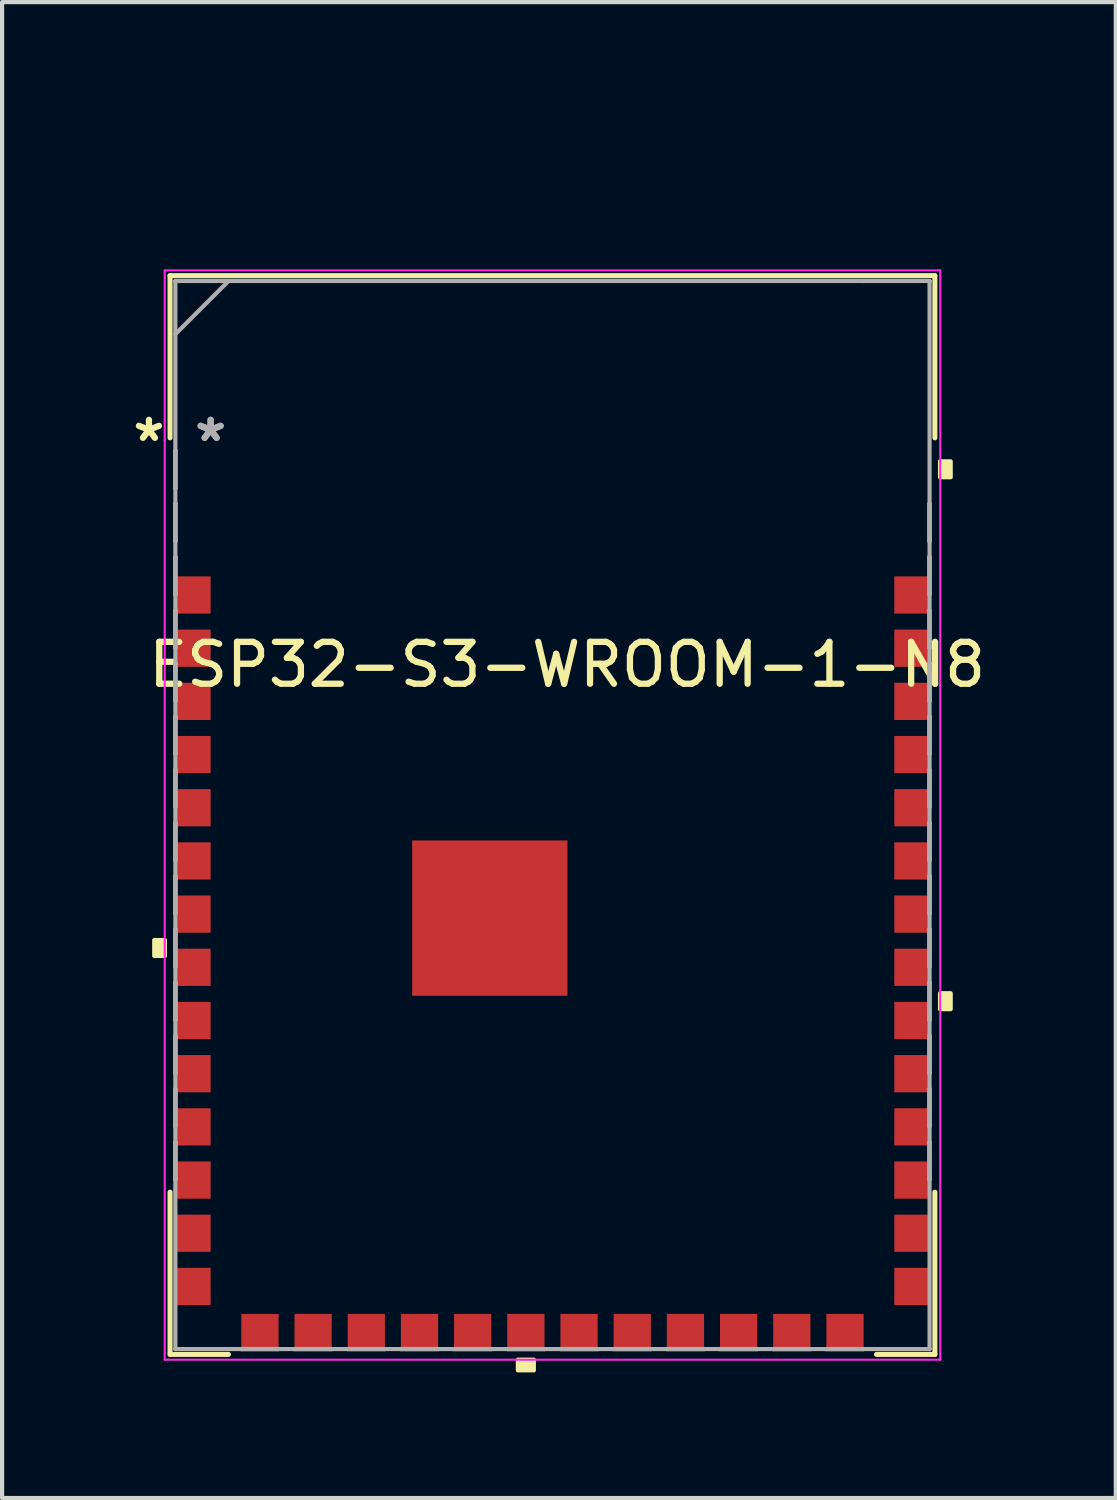
<source format=kicad_pcb>
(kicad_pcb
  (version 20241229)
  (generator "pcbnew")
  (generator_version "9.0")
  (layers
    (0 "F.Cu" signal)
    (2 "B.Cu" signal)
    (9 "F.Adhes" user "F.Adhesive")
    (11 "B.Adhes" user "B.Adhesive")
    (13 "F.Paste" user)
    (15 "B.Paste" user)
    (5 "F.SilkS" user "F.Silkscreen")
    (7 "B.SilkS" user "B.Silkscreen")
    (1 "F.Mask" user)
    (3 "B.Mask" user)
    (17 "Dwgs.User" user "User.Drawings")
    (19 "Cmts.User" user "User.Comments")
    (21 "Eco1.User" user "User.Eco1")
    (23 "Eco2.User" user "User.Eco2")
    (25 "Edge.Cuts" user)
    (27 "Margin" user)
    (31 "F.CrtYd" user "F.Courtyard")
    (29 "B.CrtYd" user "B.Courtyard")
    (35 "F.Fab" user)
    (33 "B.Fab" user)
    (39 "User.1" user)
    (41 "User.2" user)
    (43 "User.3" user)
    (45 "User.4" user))
  (footprint "ESP32-S3-WROOM-1-N8"
    (layer "F.Cu")
    (at 10.141 16.41)
    (property "Reference" "ESP32-S3-WROOM-1-N8" (at 0.35 -3.59 0) (layer "F.SilkS") (effects (font (size 1 1) (thickness 0.15))))
    (attr through_hole)
    (fp_line (start -9.131 -12.878) (end -9.131 -9.005) (stroke (width 0.12) (type solid)) (layer "F.SilkS"))
    (fp_line (start -9.131 9.005) (end -9.131 12.878) (stroke (width 0.12) (type solid)) (layer "F.SilkS"))
    (fp_line (start -9.131 12.878) (end -7.737 12.878) (stroke (width 0.12) (type solid)) (layer "F.SilkS"))
    (fp_line (start 7.737 12.878) (end 9.131 12.878) (stroke (width 0.12) (type solid)) (layer "F.SilkS"))
    (fp_line (start 9.131 -12.878) (end -9.131 -12.878) (stroke (width 0.12) (type solid)) (layer "F.SilkS"))
    (fp_line (start 9.131 -9.005) (end 9.131 -12.878) (stroke (width 0.12) (type solid)) (layer "F.SilkS"))
    (fp_line (start 9.131 12.878) (end 9.131 9.005) (stroke (width 0.12) (type solid)) (layer "F.SilkS"))
    (fp_poly (pts (xy -9.508 2.985) (xy -9.508 3.365) (xy -9.254 3.365) (xy -9.254 2.985)) (stroke (width 0.1) (type solid)) (fill yes) (layer "F.SilkS"))
    (fp_poly (pts (xy -0.826 13.004) (xy -0.826 13.258) (xy -0.445 13.258) (xy -0.445 13.004)) (stroke (width 0.1) (type solid)) (fill yes) (layer "F.SilkS"))
    (fp_poly (pts (xy 9.508 -8.445) (xy 9.508 -8.065) (xy 9.254 -8.065) (xy 9.254 -8.445)) (stroke (width 0.1) (type solid)) (fill yes) (layer "F.SilkS"))
    (fp_poly (pts (xy 9.508 4.255) (xy 9.508 4.636) (xy 9.254 4.636) (xy 9.254 4.255)) (stroke (width 0.1) (type solid)) (fill yes) (layer "F.SilkS"))
    (fp_line (start -9.258 -13.005) (end 9.258 -13.005) (stroke (width 0.05) (type solid)) (layer "F.CrtYd"))
    (fp_line (start -9.258 -8.954) (end -9.258 -8.954) (stroke (width 0.05) (type solid)) (layer "F.CrtYd"))
    (fp_line (start -9.258 -8.954) (end -9.258 -8.954) (stroke (width 0.05) (type solid)) (layer "F.CrtYd"))
    (fp_line (start -9.258 13.005) (end -9.258 -13.005) (stroke (width 0.05) (type solid)) (layer "F.CrtYd"))
    (fp_line (start 9.258 -13.005) (end 9.258 13.005) (stroke (width 0.05) (type solid)) (layer "F.CrtYd"))
    (fp_line (start 9.258 8.954) (end 9.258 8.954) (stroke (width 0.05) (type solid)) (layer "F.CrtYd"))
    (fp_line (start 9.258 8.954) (end 9.258 8.954) (stroke (width 0.05) (type solid)) (layer "F.CrtYd"))
    (fp_line (start 9.258 13.005) (end -9.258 13.005) (stroke (width 0.05) (type solid)) (layer "F.CrtYd"))
    (fp_line (start -9.004 -12.751) (end -9.004 -12.751) (stroke (width 0.1) (type solid)) (layer "F.Fab"))
    (fp_line (start -9.004 -12.751) (end -9.004 12.751) (stroke (width 0.1) (type solid)) (layer "F.Fab"))
    (fp_line (start -9.004 -11.481) (end -7.734 -12.751) (stroke (width 0.1) (type solid)) (layer "F.Fab"))
    (fp_line (start -9.004 -8.7) (end -9 -8.7) (stroke (width 0.1) (type solid)) (layer "F.Fab"))
    (fp_line (start -9.004 -7.811) (end -9.004 -8.7) (stroke (width 0.1) (type solid)) (layer "F.Fab"))
    (fp_line (start -9.004 -7.429) (end -9 -7.429) (stroke (width 0.1) (type solid)) (layer "F.Fab"))
    (fp_line (start -9.004 -6.54) (end -9.004 -7.429) (stroke (width 0.1) (type solid)) (layer "F.Fab"))
    (fp_line (start -9.004 -6.16) (end -9 -6.16) (stroke (width 0.1) (type solid)) (layer "F.Fab"))
    (fp_line (start -9.004 -5.271) (end -9.004 -6.16) (stroke (width 0.1) (type solid)) (layer "F.Fab"))
    (fp_line (start -9.004 -4.889) (end -9 -4.889) (stroke (width 0.1) (type solid)) (layer "F.Fab"))
    (fp_line (start -9.004 -4) (end -9.004 -4.889) (stroke (width 0.1) (type solid)) (layer "F.Fab"))
    (fp_line (start -9.004 -3.619) (end -9 -3.619) (stroke (width 0.1) (type solid)) (layer "F.Fab"))
    (fp_line (start -9.004 -2.731) (end -9.004 -3.619) (stroke (width 0.1) (type solid)) (layer "F.Fab"))
    (fp_line (start -9.004 -2.349) (end -9 -2.349) (stroke (width 0.1) (type solid)) (layer "F.Fab"))
    (fp_line (start -9.004 -1.46) (end -9.004 -2.349) (stroke (width 0.1) (type solid)) (layer "F.Fab"))
    (fp_line (start -9.004 -1.079) (end -9 -1.079) (stroke (width 0.1) (type solid)) (layer "F.Fab"))
    (fp_line (start -9.004 -0.191) (end -9.004 -1.079) (stroke (width 0.1) (type solid)) (layer "F.Fab"))
    (fp_line (start -9.004 0.191) (end -9 0.191) (stroke (width 0.1) (type solid)) (layer "F.Fab"))
    (fp_line (start -9.004 1.079) (end -9.004 0.191) (stroke (width 0.1) (type solid)) (layer "F.Fab"))
    (fp_line (start -9.004 1.46) (end -9 1.46) (stroke (width 0.1) (type solid)) (layer "F.Fab"))
    (fp_line (start -9.004 2.349) (end -9.004 1.46) (stroke (width 0.1) (type solid)) (layer "F.Fab"))
    (fp_line (start -9.004 2.731) (end -9 2.731) (stroke (width 0.1) (type solid)) (layer "F.Fab"))
    (fp_line (start -9.004 3.619) (end -9.004 2.731) (stroke (width 0.1) (type solid)) (layer "F.Fab"))
    (fp_line (start -9.004 4) (end -9 4) (stroke (width 0.1) (type solid)) (layer "F.Fab"))
    (fp_line (start -9.004 4.889) (end -9.004 4) (stroke (width 0.1) (type solid)) (layer "F.Fab"))
    (fp_line (start -9.004 5.271) (end -9 5.271) (stroke (width 0.1) (type solid)) (layer "F.Fab"))
    (fp_line (start -9.004 6.16) (end -9.004 5.271) (stroke (width 0.1) (type solid)) (layer "F.Fab"))
    (fp_line (start -9.004 6.54) (end -9 6.54) (stroke (width 0.1) (type solid)) (layer "F.Fab"))
    (fp_line (start -9.004 7.429) (end -9.004 6.54) (stroke (width 0.1) (type solid)) (layer "F.Fab"))
    (fp_line (start -9.004 7.811) (end -9 7.811) (stroke (width 0.1) (type solid)) (layer "F.Fab"))
    (fp_line (start -9.004 8.7) (end -9.004 7.811) (stroke (width 0.1) (type solid)) (layer "F.Fab"))
    (fp_line (start -9.004 12.751) (end -9.004 12.751) (stroke (width 0.1) (type solid)) (layer "F.Fab"))
    (fp_line (start -9.004 12.751) (end 9.004 12.751) (stroke (width 0.1) (type solid)) (layer "F.Fab"))
    (fp_line (start -9 -8.7) (end -9 -7.811) (stroke (width 0.1) (type solid)) (layer "F.Fab"))
    (fp_line (start -9 -7.811) (end -9.004 -7.811) (stroke (width 0.1) (type solid)) (layer "F.Fab"))
    (fp_line (start -9 -7.429) (end -9 -6.54) (stroke (width 0.1) (type solid)) (layer "F.Fab"))
    (fp_line (start -9 -6.54) (end -9.004 -6.54) (stroke (width 0.1) (type solid)) (layer "F.Fab"))
    (fp_line (start -9 -6.16) (end -9 -5.271) (stroke (width 0.1) (type solid)) (layer "F.Fab"))
    (fp_line (start -9 -5.271) (end -9.004 -5.271) (stroke (width 0.1) (type solid)) (layer "F.Fab"))
    (fp_line (start -9 -4.889) (end -9 -4) (stroke (width 0.1) (type solid)) (layer "F.Fab"))
    (fp_line (start -9 -4) (end -9.004 -4) (stroke (width 0.1) (type solid)) (layer "F.Fab"))
    (fp_line (start -9 -3.619) (end -9 -2.731) (stroke (width 0.1) (type solid)) (layer "F.Fab"))
    (fp_line (start -9 -2.731) (end -9.004 -2.731) (stroke (width 0.1) (type solid)) (layer "F.Fab"))
    (fp_line (start -9 -2.349) (end -9 -1.46) (stroke (width 0.1) (type solid)) (layer "F.Fab"))
    (fp_line (start -9 -1.46) (end -9.004 -1.46) (stroke (width 0.1) (type solid)) (layer "F.Fab"))
    (fp_line (start -9 -1.079) (end -9 -0.191) (stroke (width 0.1) (type solid)) (layer "F.Fab"))
    (fp_line (start -9 -0.191) (end -9.004 -0.191) (stroke (width 0.1) (type solid)) (layer "F.Fab"))
    (fp_line (start -9 0.191) (end -9 1.079) (stroke (width 0.1) (type solid)) (layer "F.Fab"))
    (fp_line (start -9 1.079) (end -9.004 1.079) (stroke (width 0.1) (type solid)) (layer "F.Fab"))
    (fp_line (start -9 1.46) (end -9 2.349) (stroke (width 0.1) (type solid)) (layer "F.Fab"))
    (fp_line (start -9 2.349) (end -9.004 2.349) (stroke (width 0.1) (type solid)) (layer "F.Fab"))
    (fp_line (start -9 2.731) (end -9 3.619) (stroke (width 0.1) (type solid)) (layer "F.Fab"))
    (fp_line (start -9 3.619) (end -9.004 3.619) (stroke (width 0.1) (type solid)) (layer "F.Fab"))
    (fp_line (start -9 4) (end -9 4.889) (stroke (width 0.1) (type solid)) (layer "F.Fab"))
    (fp_line (start -9 4.889) (end -9.004 4.889) (stroke (width 0.1) (type solid)) (layer "F.Fab"))
    (fp_line (start -9 5.271) (end -9 6.16) (stroke (width 0.1) (type solid)) (layer "F.Fab"))
    (fp_line (start -9 6.16) (end -9.004 6.16) (stroke (width 0.1) (type solid)) (layer "F.Fab"))
    (fp_line (start -9 6.54) (end -9 7.429) (stroke (width 0.1) (type solid)) (layer "F.Fab"))
    (fp_line (start -9 7.429) (end -9.004 7.429) (stroke (width 0.1) (type solid)) (layer "F.Fab"))
    (fp_line (start -9 7.811) (end -9 8.7) (stroke (width 0.1) (type solid)) (layer "F.Fab"))
    (fp_line (start -9 8.7) (end -9.004 8.7) (stroke (width 0.1) (type solid)) (layer "F.Fab"))
    (fp_line (start -7.429 12.75) (end -6.54 12.75) (stroke (width 0.1) (type solid)) (layer "F.Fab"))
    (fp_line (start -7.429 12.751) (end -7.429 12.75) (stroke (width 0.1) (type solid)) (layer "F.Fab"))
    (fp_line (start -6.54 12.75) (end -6.54 12.751) (stroke (width 0.1) (type solid)) (layer "F.Fab"))
    (fp_line (start -6.54 12.751) (end -7.429 12.751) (stroke (width 0.1) (type solid)) (layer "F.Fab"))
    (fp_line (start -6.16 12.75) (end -5.271 12.75) (stroke (width 0.1) (type solid)) (layer "F.Fab"))
    (fp_line (start -6.16 12.751) (end -6.16 12.75) (stroke (width 0.1) (type solid)) (layer "F.Fab"))
    (fp_line (start -5.271 12.75) (end -5.271 12.751) (stroke (width 0.1) (type solid)) (layer "F.Fab"))
    (fp_line (start -5.271 12.751) (end -6.16 12.751) (stroke (width 0.1) (type solid)) (layer "F.Fab"))
    (fp_line (start -4.889 12.75) (end -4 12.75) (stroke (width 0.1) (type solid)) (layer "F.Fab"))
    (fp_line (start -4.889 12.751) (end -4.889 12.75) (stroke (width 0.1) (type solid)) (layer "F.Fab"))
    (fp_line (start -4 12.75) (end -4 12.751) (stroke (width 0.1) (type solid)) (layer "F.Fab"))
    (fp_line (start -4 12.751) (end -4.889 12.751) (stroke (width 0.1) (type solid)) (layer "F.Fab"))
    (fp_line (start -3.619 12.75) (end -2.731 12.75) (stroke (width 0.1) (type solid)) (layer "F.Fab"))
    (fp_line (start -3.619 12.751) (end -3.619 12.75) (stroke (width 0.1) (type solid)) (layer "F.Fab"))
    (fp_line (start -2.731 12.75) (end -2.731 12.751) (stroke (width 0.1) (type solid)) (layer "F.Fab"))
    (fp_line (start -2.731 12.751) (end -3.619 12.751) (stroke (width 0.1) (type solid)) (layer "F.Fab"))
    (fp_line (start -2.349 12.75) (end -1.46 12.75) (stroke (width 0.1) (type solid)) (layer "F.Fab"))
    (fp_line (start -2.349 12.751) (end -2.349 12.75) (stroke (width 0.1) (type solid)) (layer "F.Fab"))
    (fp_line (start -1.46 12.75) (end -1.46 12.751) (stroke (width 0.1) (type solid)) (layer "F.Fab"))
    (fp_line (start -1.46 12.751) (end -2.349 12.751) (stroke (width 0.1) (type solid)) (layer "F.Fab"))
    (fp_line (start -1.079 12.75) (end -0.191 12.75) (stroke (width 0.1) (type solid)) (layer "F.Fab"))
    (fp_line (start -1.079 12.751) (end -1.079 12.75) (stroke (width 0.1) (type solid)) (layer "F.Fab"))
    (fp_line (start -0.191 12.75) (end -0.191 12.751) (stroke (width 0.1) (type solid)) (layer "F.Fab"))
    (fp_line (start -0.191 12.751) (end -1.079 12.751) (stroke (width 0.1) (type solid)) (layer "F.Fab"))
    (fp_line (start 0.191 12.75) (end 1.079 12.75) (stroke (width 0.1) (type solid)) (layer "F.Fab"))
    (fp_line (start 0.191 12.751) (end 0.191 12.75) (stroke (width 0.1) (type solid)) (layer "F.Fab"))
    (fp_line (start 1.079 12.75) (end 1.079 12.751) (stroke (width 0.1) (type solid)) (layer "F.Fab"))
    (fp_line (start 1.079 12.751) (end 0.191 12.751) (stroke (width 0.1) (type solid)) (layer "F.Fab"))
    (fp_line (start 1.46 12.75) (end 2.349 12.75) (stroke (width 0.1) (type solid)) (layer "F.Fab"))
    (fp_line (start 1.46 12.751) (end 1.46 12.75) (stroke (width 0.1) (type solid)) (layer "F.Fab"))
    (fp_line (start 2.349 12.75) (end 2.349 12.751) (stroke (width 0.1) (type solid)) (layer "F.Fab"))
    (fp_line (start 2.349 12.751) (end 1.46 12.751) (stroke (width 0.1) (type solid)) (layer "F.Fab"))
    (fp_line (start 2.731 12.75) (end 3.619 12.75) (stroke (width 0.1) (type solid)) (layer "F.Fab"))
    (fp_line (start 2.731 12.751) (end 2.731 12.75) (stroke (width 0.1) (type solid)) (layer "F.Fab"))
    (fp_line (start 3.619 12.75) (end 3.619 12.751) (stroke (width 0.1) (type solid)) (layer "F.Fab"))
    (fp_line (start 3.619 12.751) (end 2.731 12.751) (stroke (width 0.1) (type solid)) (layer "F.Fab"))
    (fp_line (start 4 12.75) (end 4.889 12.75) (stroke (width 0.1) (type solid)) (layer "F.Fab"))
    (fp_line (start 4 12.751) (end 4 12.75) (stroke (width 0.1) (type solid)) (layer "F.Fab"))
    (fp_line (start 4.889 12.75) (end 4.889 12.751) (stroke (width 0.1) (type solid)) (layer "F.Fab"))
    (fp_line (start 4.889 12.751) (end 4 12.751) (stroke (width 0.1) (type solid)) (layer "F.Fab"))
    (fp_line (start 5.271 12.75) (end 6.16 12.75) (stroke (width 0.1) (type solid)) (layer "F.Fab"))
    (fp_line (start 5.271 12.751) (end 5.271 12.75) (stroke (width 0.1) (type solid)) (layer "F.Fab"))
    (fp_line (start 6.16 12.75) (end 6.16 12.751) (stroke (width 0.1) (type solid)) (layer "F.Fab"))
    (fp_line (start 6.16 12.751) (end 5.271 12.751) (stroke (width 0.1) (type solid)) (layer "F.Fab"))
    (fp_line (start 6.54 12.75) (end 7.429 12.75) (stroke (width 0.1) (type solid)) (layer "F.Fab"))
    (fp_line (start 6.54 12.751) (end 6.54 12.75) (stroke (width 0.1) (type solid)) (layer "F.Fab"))
    (fp_line (start 7.429 -12.751) (end 7.429 -12.75) (stroke (width 0.1) (type solid)) (layer "F.Fab"))
    (fp_line (start 7.429 12.75) (end 7.429 12.751) (stroke (width 0.1) (type solid)) (layer "F.Fab"))
    (fp_line (start 7.429 12.751) (end 6.54 12.751) (stroke (width 0.1) (type solid)) (layer "F.Fab"))
    (fp_line (start 9 -7.429) (end 9.004 -7.429) (stroke (width 0.1) (type solid)) (layer "F.Fab"))
    (fp_line (start 9 -6.54) (end 9 -7.429) (stroke (width 0.1) (type solid)) (layer "F.Fab"))
    (fp_line (start 9 -6.16) (end 9.004 -6.16) (stroke (width 0.1) (type solid)) (layer "F.Fab"))
    (fp_line (start 9 -5.271) (end 9 -6.16) (stroke (width 0.1) (type solid)) (layer "F.Fab"))
    (fp_line (start 9 -4.889) (end 9.004 -4.889) (stroke (width 0.1) (type solid)) (layer "F.Fab"))
    (fp_line (start 9 -4) (end 9 -4.889) (stroke (width 0.1) (type solid)) (layer "F.Fab"))
    (fp_line (start 9 -3.619) (end 9.004 -3.619) (stroke (width 0.1) (type solid)) (layer "F.Fab"))
    (fp_line (start 9 -2.731) (end 9 -3.619) (stroke (width 0.1) (type solid)) (layer "F.Fab"))
    (fp_line (start 9 -2.349) (end 9.004 -2.349) (stroke (width 0.1) (type solid)) (layer "F.Fab"))
    (fp_line (start 9 -1.46) (end 9 -2.349) (stroke (width 0.1) (type solid)) (layer "F.Fab"))
    (fp_line (start 9 -1.079) (end 9.004 -1.079) (stroke (width 0.1) (type solid)) (layer "F.Fab"))
    (fp_line (start 9 -0.191) (end 9 -1.079) (stroke (width 0.1) (type solid)) (layer "F.Fab"))
    (fp_line (start 9 0.191) (end 9.004 0.191) (stroke (width 0.1) (type solid)) (layer "F.Fab"))
    (fp_line (start 9 1.079) (end 9 0.191) (stroke (width 0.1) (type solid)) (layer "F.Fab"))
    (fp_line (start 9 1.46) (end 9.004 1.46) (stroke (width 0.1) (type solid)) (layer "F.Fab"))
    (fp_line (start 9 2.349) (end 9 1.46) (stroke (width 0.1) (type solid)) (layer "F.Fab"))
    (fp_line (start 9 2.731) (end 9.004 2.731) (stroke (width 0.1) (type solid)) (layer "F.Fab"))
    (fp_line (start 9 3.619) (end 9 2.731) (stroke (width 0.1) (type solid)) (layer "F.Fab"))
    (fp_line (start 9 4) (end 9.004 4) (stroke (width 0.1) (type solid)) (layer "F.Fab"))
    (fp_line (start 9 4.889) (end 9 4) (stroke (width 0.1) (type solid)) (layer "F.Fab"))
    (fp_line (start 9 5.271) (end 9.004 5.271) (stroke (width 0.1) (type solid)) (layer "F.Fab"))
    (fp_line (start 9 6.16) (end 9 5.271) (stroke (width 0.1) (type solid)) (layer "F.Fab"))
    (fp_line (start 9 6.54) (end 9.004 6.54) (stroke (width 0.1) (type solid)) (layer "F.Fab"))
    (fp_line (start 9 7.429) (end 9 6.54) (stroke (width 0.1) (type solid)) (layer "F.Fab"))
    (fp_line (start 9 7.811) (end 9.004 7.811) (stroke (width 0.1) (type solid)) (layer "F.Fab"))
    (fp_line (start 9 8.7) (end 9 7.811) (stroke (width 0.1) (type solid)) (layer "F.Fab"))
    (fp_line (start 9.004 -12.751) (end -9.004 -12.751) (stroke (width 0.1) (type solid)) (layer "F.Fab"))
    (fp_line (start 9.004 -12.751) (end 9.004 -12.751) (stroke (width 0.1) (type solid)) (layer "F.Fab"))
    (fp_line (start 9.004 -7.429) (end 9.004 -6.54) (stroke (width 0.1) (type solid)) (layer "F.Fab"))
    (fp_line (start 9.004 -6.54) (end 9 -6.54) (stroke (width 0.1) (type solid)) (layer "F.Fab"))
    (fp_line (start 9.004 -6.16) (end 9.004 -5.271) (stroke (width 0.1) (type solid)) (layer "F.Fab"))
    (fp_line (start 9.004 -5.271) (end 9 -5.271) (stroke (width 0.1) (type solid)) (layer "F.Fab"))
    (fp_line (start 9.004 -4.889) (end 9.004 -4) (stroke (width 0.1) (type solid)) (layer "F.Fab"))
    (fp_line (start 9.004 -4) (end 9 -4) (stroke (width 0.1) (type solid)) (layer "F.Fab"))
    (fp_line (start 9.004 -3.619) (end 9.004 -2.731) (stroke (width 0.1) (type solid)) (layer "F.Fab"))
    (fp_line (start 9.004 -2.731) (end 9 -2.731) (stroke (width 0.1) (type solid)) (layer "F.Fab"))
    (fp_line (start 9.004 -2.349) (end 9.004 -1.46) (stroke (width 0.1) (type solid)) (layer "F.Fab"))
    (fp_line (start 9.004 -1.46) (end 9 -1.46) (stroke (width 0.1) (type solid)) (layer "F.Fab"))
    (fp_line (start 9.004 -1.079) (end 9.004 -0.191) (stroke (width 0.1) (type solid)) (layer "F.Fab"))
    (fp_line (start 9.004 -0.191) (end 9 -0.191) (stroke (width 0.1) (type solid)) (layer "F.Fab"))
    (fp_line (start 9.004 0.191) (end 9.004 1.079) (stroke (width 0.1) (type solid)) (layer "F.Fab"))
    (fp_line (start 9.004 1.079) (end 9 1.079) (stroke (width 0.1) (type solid)) (layer "F.Fab"))
    (fp_line (start 9.004 1.46) (end 9.004 2.349) (stroke (width 0.1) (type solid)) (layer "F.Fab"))
    (fp_line (start 9.004 2.349) (end 9 2.349) (stroke (width 0.1) (type solid)) (layer "F.Fab"))
    (fp_line (start 9.004 2.731) (end 9.004 3.619) (stroke (width 0.1) (type solid)) (layer "F.Fab"))
    (fp_line (start 9.004 3.619) (end 9 3.619) (stroke (width 0.1) (type solid)) (layer "F.Fab"))
    (fp_line (start 9.004 4) (end 9.004 4.889) (stroke (width 0.1) (type solid)) (layer "F.Fab"))
    (fp_line (start 9.004 4.889) (end 9 4.889) (stroke (width 0.1) (type solid)) (layer "F.Fab"))
    (fp_line (start 9.004 5.271) (end 9.004 6.16) (stroke (width 0.1) (type solid)) (layer "F.Fab"))
    (fp_line (start 9.004 6.16) (end 9 6.16) (stroke (width 0.1) (type solid)) (layer "F.Fab"))
    (fp_line (start 9.004 6.54) (end 9.004 7.429) (stroke (width 0.1) (type solid)) (layer "F.Fab"))
    (fp_line (start 9.004 7.429) (end 9 7.429) (stroke (width 0.1) (type solid)) (layer "F.Fab"))
    (fp_line (start 9.004 7.811) (end 9.004 8.7) (stroke (width 0.1) (type solid)) (layer "F.Fab"))
    (fp_line (start 9.004 8.7) (end 9 8.7) (stroke (width 0.1) (type solid)) (layer "F.Fab"))
    (fp_line (start 9.004 12.751) (end 9.004 -12.751) (stroke (width 0.1) (type solid)) (layer "F.Fab"))
    (fp_line (start 9.004 12.751) (end 9.004 12.751) (stroke (width 0.1) (type solid)) (layer "F.Fab"))
    (fp_text user "*" (at -9.635 -8.89 0) (layer "F.SilkS") (effects (font (size 1 1) (thickness 0.15))))
    (fp_text user "*" (at -8.162 -8.89 0) (layer "F.Fab") (effects (font (size 1 1) (thickness 0.15))))
    (fp_text user "*" (at -8.162 -8.89 0) (layer "F.Fab") (effects (font (size 1 1) (thickness 0.15))))
    (pad "1" smd rect (at -8.581 -5.254 90) (size 0.889 0.838) (layers "F.Cu" "F.Mask" "F.Paste"))
    (pad "2" smd rect (at -8.581 -3.984 90) (size 0.889 0.838) (layers "F.Cu" "F.Mask" "F.Paste"))
    (pad "3" smd rect (at -8.581 -2.714 90) (size 0.889 0.838) (layers "F.Cu" "F.Mask" "F.Paste"))
    (pad "4" smd rect (at -8.581 -1.444 90) (size 0.889 0.838) (layers "F.Cu" "F.Mask" "F.Paste"))
    (pad "5" smd rect (at -8.581 -0.174 90) (size 0.889 0.838) (layers "F.Cu" "F.Mask" "F.Paste"))
    (pad "6" smd rect (at -8.581 1.096 90) (size 0.889 0.838) (layers "F.Cu" "F.Mask" "F.Paste"))
    (pad "7" smd rect (at -8.581 2.366 90) (size 0.889 0.838) (layers "F.Cu" "F.Mask" "F.Paste"))
    (pad "8" smd rect (at -8.581 3.636 90) (size 0.889 0.838) (layers "F.Cu" "F.Mask" "F.Paste"))
    (pad "9" smd rect (at -8.581 4.906 90) (size 0.889 0.838) (layers "F.Cu" "F.Mask" "F.Paste"))
    (pad "10" smd rect (at -8.581 6.176 90) (size 0.889 0.838) (layers "F.Cu" "F.Mask" "F.Paste"))
    (pad "11" smd rect (at -8.581 7.446 90) (size 0.889 0.838) (layers "F.Cu" "F.Mask" "F.Paste"))
    (pad "12" smd rect (at -8.581 8.716 90) (size 0.889 0.838) (layers "F.Cu" "F.Mask" "F.Paste"))
    (pad "13" smd rect (at -8.581 9.986 90) (size 0.889 0.838) (layers "F.Cu" "F.Mask" "F.Paste"))
    (pad "14" smd rect (at -8.581 11.256 90) (size 0.889 0.838) (layers "F.Cu" "F.Mask" "F.Paste"))
    (pad "15" smd rect (at -6.985 12.331) (size 0.889 0.838) (layers "F.Cu" "F.Mask" "F.Paste"))
    (pad "16" smd rect (at -5.715 12.331) (size 0.889 0.838) (layers "F.Cu" "F.Mask" "F.Paste"))
    (pad "17" smd rect (at -4.445 12.331) (size 0.889 0.838) (layers "F.Cu" "F.Mask" "F.Paste"))
    (pad "18" smd rect (at -3.175 12.331) (size 0.889 0.838) (layers "F.Cu" "F.Mask" "F.Paste"))
    (pad "19" smd rect (at -1.905 12.331) (size 0.889 0.838) (layers "F.Cu" "F.Mask" "F.Paste"))
    (pad "20" smd rect (at -0.635 12.331) (size 0.889 0.838) (layers "F.Cu" "F.Mask" "F.Paste"))
    (pad "21" smd rect (at 0.635 12.331) (size 0.889 0.838) (layers "F.Cu" "F.Mask" "F.Paste"))
    (pad "22" smd rect (at 1.905 12.331) (size 0.889 0.838) (layers "F.Cu" "F.Mask" "F.Paste"))
    (pad "23" smd rect (at 3.175 12.331) (size 0.889 0.838) (layers "F.Cu" "F.Mask" "F.Paste"))
    (pad "24" smd rect (at 4.445 12.331) (size 0.889 0.838) (layers "F.Cu" "F.Mask" "F.Paste"))
    (pad "25" smd rect (at 5.715 12.331) (size 0.889 0.838) (layers "F.Cu" "F.Mask" "F.Paste"))
    (pad "26" smd rect (at 6.985 12.331) (size 0.889 0.838) (layers "F.Cu" "F.Mask" "F.Paste"))
    (pad "27" smd rect (at 8.581 11.256 90) (size 0.889 0.838) (layers "F.Cu" "F.Mask" "F.Paste"))
    (pad "28" smd rect (at 8.581 9.986 90) (size 0.889 0.838) (layers "F.Cu" "F.Mask" "F.Paste"))
    (pad "29" smd rect (at 8.581 8.716 90) (size 0.889 0.838) (layers "F.Cu" "F.Mask" "F.Paste"))
    (pad "30" smd rect (at 8.581 7.446 90) (size 0.889 0.838) (layers "F.Cu" "F.Mask" "F.Paste"))
    (pad "31" smd rect (at 8.581 6.176 90) (size 0.889 0.838) (layers "F.Cu" "F.Mask" "F.Paste"))
    (pad "32" smd rect (at 8.581 4.906 90) (size 0.889 0.838) (layers "F.Cu" "F.Mask" "F.Paste"))
    (pad "33" smd rect (at 8.581 3.636 90) (size 0.889 0.838) (layers "F.Cu" "F.Mask" "F.Paste"))
    (pad "34" smd rect (at 8.581 2.366 90) (size 0.889 0.838) (layers "F.Cu" "F.Mask" "F.Paste"))
    (pad "35" smd rect (at 8.581 1.096 90) (size 0.889 0.838) (layers "F.Cu" "F.Mask" "F.Paste"))
    (pad "36" smd rect (at 8.581 -0.174 90) (size 0.889 0.838) (layers "F.Cu" "F.Mask" "F.Paste"))
    (pad "37" smd rect (at 8.581 -1.444 90) (size 0.889 0.838) (layers "F.Cu" "F.Mask" "F.Paste"))
    (pad "38" smd rect (at 8.581 -2.714 90) (size 0.889 0.838) (layers "F.Cu" "F.Mask" "F.Paste"))
    (pad "39" smd rect (at 8.581 -3.984 90) (size 0.889 0.838) (layers "F.Cu" "F.Mask" "F.Paste"))
    (pad "40" smd rect (at 8.581 -5.254 90) (size 0.889 0.838) (layers "F.Cu" "F.Mask" "F.Paste"))
    (pad "41" smd rect (at -1.496 2.461) (size 3.708 3.708) (layers "F.Cu" "F.Mask"))
    (zone (net_name "") (layers "F.Cu" "B.Cu") (name "Antenna keep out") (hatch edge 0.508) (connect_pads) (min_thickness 0.254) (filled_areas_thickness no) (keepout (tracks not_allowed) (vias not_allowed) (pads not_allowed) (copperpour not_allowed) (footprints allowed)) (placement (enabled no)) (fill) (polygon (pts (xy 20.291 0) (xy 20.291 0.13) (xy 20.271 6.25) (xy 0.831 6.25) (xy 0.831 0.01)))))
  (gr_rect
    (start -3 -3)
    (end 23.592 32.718)
    (stroke (width 0.1) (type default))
    (fill no)
    (layer "Edge.Cuts")))
</source>
